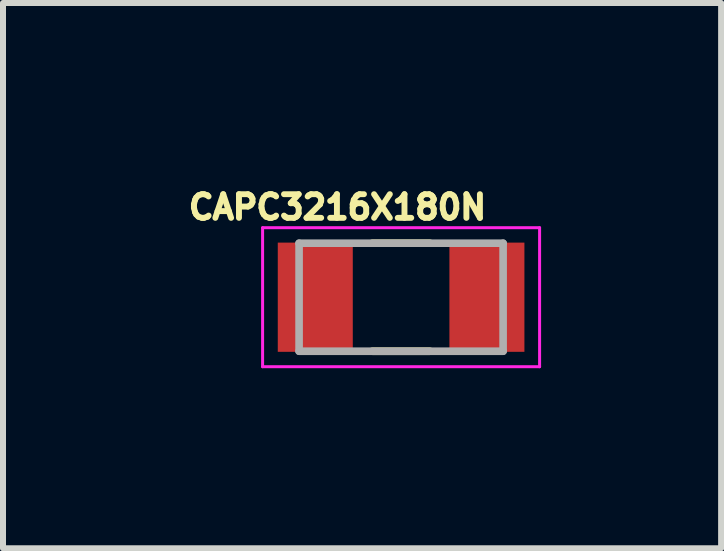
<source format=kicad_pcb>
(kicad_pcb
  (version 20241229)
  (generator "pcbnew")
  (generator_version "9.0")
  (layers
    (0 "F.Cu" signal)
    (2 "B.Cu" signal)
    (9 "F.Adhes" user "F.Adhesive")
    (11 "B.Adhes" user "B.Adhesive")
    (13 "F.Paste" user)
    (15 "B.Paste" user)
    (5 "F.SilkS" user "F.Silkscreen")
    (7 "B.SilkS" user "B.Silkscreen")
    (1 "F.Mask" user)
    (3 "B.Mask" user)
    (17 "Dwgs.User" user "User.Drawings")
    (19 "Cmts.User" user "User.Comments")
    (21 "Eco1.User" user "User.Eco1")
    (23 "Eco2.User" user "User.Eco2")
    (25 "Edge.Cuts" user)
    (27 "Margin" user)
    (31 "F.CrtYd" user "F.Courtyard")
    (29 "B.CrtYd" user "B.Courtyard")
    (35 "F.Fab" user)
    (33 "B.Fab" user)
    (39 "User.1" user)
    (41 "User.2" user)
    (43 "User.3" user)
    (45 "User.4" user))
  (footprint "CAPC3216X180N"
    (layer "F.Cu")
    (at 3.634 1.903)
    (property "Reference" "CAPC3216X180N" (at -1.06 -1.5 0) (layer "F.SilkS") (effects (font (size 0.394 0.394) (thickness 0.15))))
    (attr smd)
    (fp_line (start -0.48 -0.9) (end 0.48 -0.9) (stroke (width 0.127) (type solid)) (layer "F.SilkS"))
    (fp_line (start -0.48 0.9) (end 0.48 0.9) (stroke (width 0.127) (type solid)) (layer "F.SilkS"))
    (fp_line (start -2.308 -1.158) (end 2.308 -1.158) (stroke (width 0.05) (type solid)) (layer "F.CrtYd"))
    (fp_line (start -2.308 1.158) (end -2.308 -1.158) (stroke (width 0.05) (type solid)) (layer "F.CrtYd"))
    (fp_line (start -2.308 1.158) (end 2.308 1.158) (stroke (width 0.05) (type solid)) (layer "F.CrtYd"))
    (fp_line (start 2.308 1.158) (end 2.308 -1.158) (stroke (width 0.05) (type solid)) (layer "F.CrtYd"))
    (fp_line (start -1.7 0.9) (end -1.7 -0.9) (stroke (width 0.127) (type solid)) (layer "F.Fab"))
    (fp_line (start 1.7 -0.9) (end -1.7 -0.9) (stroke (width 0.127) (type solid)) (layer "F.Fab"))
    (fp_line (start 1.7 0.9) (end -1.7 0.9) (stroke (width 0.127) (type solid)) (layer "F.Fab"))
    (fp_line (start 1.7 0.9) (end 1.7 -0.9) (stroke (width 0.127) (type solid)) (layer "F.Fab"))
    (pad "1" smd rect (at -1.43 0) (size 1.25 1.82) (layers "F.Cu" "F.Mask" "F.Paste"))
    (pad "2" smd rect (at 1.43 0) (size 1.25 1.82) (layers "F.Cu" "F.Mask" "F.Paste")))
  (gr_rect
    (start -3 -3)
    (end 8.967 6.086)
    (stroke (width 0.1) (type default))
    (fill no)
    (layer "Edge.Cuts")))
</source>
